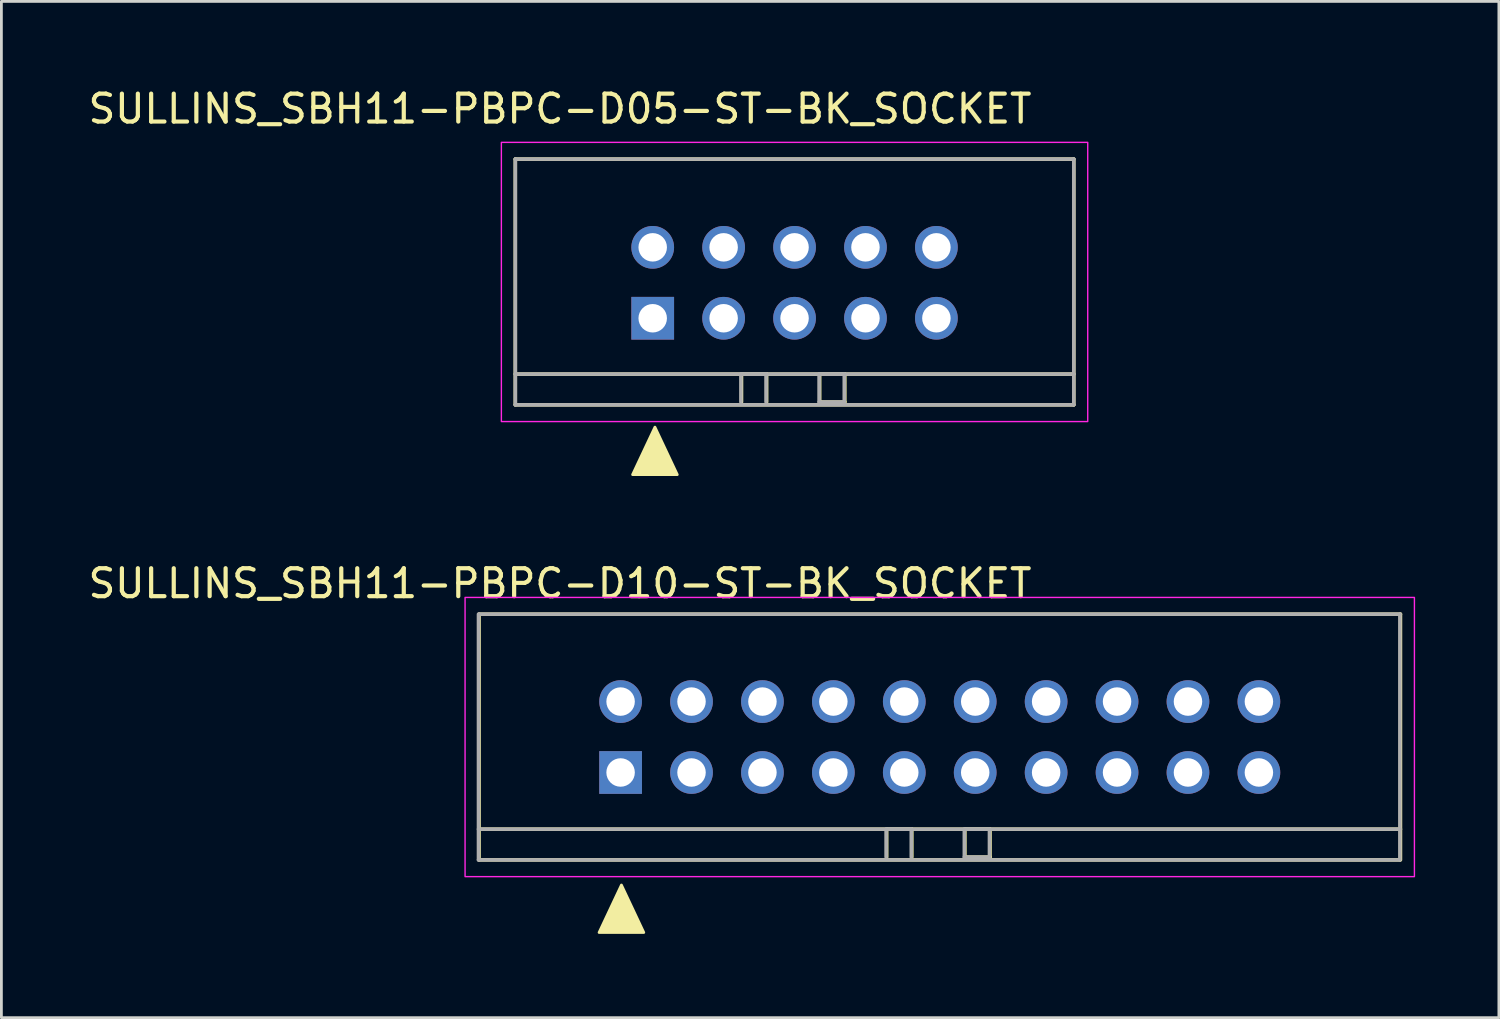
<source format=kicad_pcb>
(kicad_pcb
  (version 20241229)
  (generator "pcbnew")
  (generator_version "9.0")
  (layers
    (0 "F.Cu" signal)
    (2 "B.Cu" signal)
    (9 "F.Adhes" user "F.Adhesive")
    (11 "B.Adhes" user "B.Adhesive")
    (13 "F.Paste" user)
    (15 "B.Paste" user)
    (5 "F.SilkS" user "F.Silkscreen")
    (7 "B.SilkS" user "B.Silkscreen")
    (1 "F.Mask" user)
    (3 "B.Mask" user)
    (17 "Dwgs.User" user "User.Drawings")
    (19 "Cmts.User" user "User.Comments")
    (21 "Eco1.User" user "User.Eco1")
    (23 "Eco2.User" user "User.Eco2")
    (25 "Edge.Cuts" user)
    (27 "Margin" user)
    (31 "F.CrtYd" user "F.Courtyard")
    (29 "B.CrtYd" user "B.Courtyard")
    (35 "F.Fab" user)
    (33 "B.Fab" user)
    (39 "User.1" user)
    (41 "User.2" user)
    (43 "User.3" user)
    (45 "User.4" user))
  (footprint "SULLINS_SBH11-PBPC-D05-ST-BK_SOCKET"
    (layer "F.Cu")
    (at 25.406 7.048)
    (property "Reference" "SULLINS_SBH11-PBPC-D05-ST-BK_SOCKET" (at -8.4 -6.2 0) (layer "F.SilkS") (effects (font (size 1 1) (thickness 0.15))))
    (attr through_hole)
    (fp_line (start -10 -4.4) (end -10 4.4) (stroke (width 0.127) (type solid)) (layer "F.SilkS"))
    (fp_line (start -10 -4.4) (end 10 -4.4) (stroke (width 0.127) (type solid)) (layer "F.SilkS"))
    (fp_line (start -10 3.3) (end 10 3.3) (stroke (width 0.127) (type solid)) (layer "F.SilkS"))
    (fp_line (start -10 4.4) (end 10 4.4) (stroke (width 0.127) (type solid)) (layer "F.SilkS"))
    (fp_line (start -1.9 3.3) (end -1.9 4.3) (stroke (width 0.127) (type solid)) (layer "F.SilkS"))
    (fp_line (start -1.9 3.3) (end -1 3.3) (stroke (width 0.127) (type solid)) (layer "F.SilkS"))
    (fp_line (start -1 3.3) (end -1 4.3) (stroke (width 0.127) (type solid)) (layer "F.SilkS"))
    (fp_line (start 0.9 3.3) (end 0.9 4.3) (stroke (width 0.127) (type solid)) (layer "F.SilkS"))
    (fp_line (start 0.9 4.3) (end 1.8 4.3) (stroke (width 0.127) (type solid)) (layer "F.SilkS"))
    (fp_line (start 1.8 3.3) (end 0.9 3.3) (stroke (width 0.127) (type solid)) (layer "F.SilkS"))
    (fp_line (start 1.8 4.3) (end 1.8 3.3) (stroke (width 0.127) (type solid)) (layer "F.SilkS"))
    (fp_line (start 10 -4.4) (end 10 4.4) (stroke (width 0.127) (type solid)) (layer "F.SilkS"))
    (fp_poly (pts (xy -5.8 6.9) (xy -4.2 6.9) (xy -5 5.2)) (stroke (width 0.1) (type solid)) (fill yes) (layer "F.SilkS"))
    (fp_rect (start -10.5 -5) (end 10.5 5) (stroke (width 0.05) (type default)) (fill no) (layer "F.CrtYd"))
    (fp_line (start -10 -4.4) (end -10 4.4) (stroke (width 0.127) (type solid)) (layer "F.Fab"))
    (fp_line (start -10 -4.4) (end 10 -4.4) (stroke (width 0.127) (type solid)) (layer "F.Fab"))
    (fp_line (start -10 3.3) (end 10 3.3) (stroke (width 0.127) (type solid)) (layer "F.Fab"))
    (fp_line (start -10 4.4) (end 10 4.4) (stroke (width 0.127) (type solid)) (layer "F.Fab"))
    (fp_line (start -1.92 3.3) (end -1.92 4.3) (stroke (width 0.127) (type solid)) (layer "F.Fab"))
    (fp_line (start -1.92 3.3) (end -1.02 3.3) (stroke (width 0.127) (type solid)) (layer "F.Fab"))
    (fp_line (start -1.02 3.3) (end -1.02 4.3) (stroke (width 0.127) (type solid)) (layer "F.Fab"))
    (fp_line (start 0.88 3.3) (end 0.88 4.3) (stroke (width 0.127) (type solid)) (layer "F.Fab"))
    (fp_line (start 0.88 4.3) (end 1.78 4.3) (stroke (width 0.127) (type solid)) (layer "F.Fab"))
    (fp_line (start 1.78 3.3) (end 0.88 3.3) (stroke (width 0.127) (type solid)) (layer "F.Fab"))
    (fp_line (start 1.78 4.3) (end 1.78 3.3) (stroke (width 0.127) (type solid)) (layer "F.Fab"))
    (fp_line (start 10 -4.4) (end 10 4.4) (stroke (width 0.127) (type solid)) (layer "F.Fab"))
    (pad "1" thru_hole rect (at -5.08 1.3) (size 1.53 1.53) (drill 1.02) (layers "*.Cu" "*.Mask"))
    (pad "2" thru_hole circle (at -5.08 -1.24) (size 1.53 1.53) (drill 1.02) (layers "*.Cu" "*.Mask"))
    (pad "3" thru_hole circle (at -2.54 1.3) (size 1.53 1.53) (drill 1.02) (layers "*.Cu" "*.Mask"))
    (pad "4" thru_hole circle (at -2.54 -1.24) (size 1.53 1.53) (drill 1.02) (layers "*.Cu" "*.Mask"))
    (pad "5" thru_hole circle (at 0 1.3) (size 1.53 1.53) (drill 1.02) (layers "*.Cu" "*.Mask"))
    (pad "6" thru_hole circle (at 0 -1.24) (size 1.53 1.53) (drill 1.02) (layers "*.Cu" "*.Mask"))
    (pad "7" thru_hole circle (at 2.54 1.3) (size 1.53 1.53) (drill 1.02) (layers "*.Cu" "*.Mask"))
    (pad "8" thru_hole circle (at 2.54 -1.24) (size 1.53 1.53) (drill 1.02) (layers "*.Cu" "*.Mask"))
    (pad "9" thru_hole circle (at 5.08 1.3) (size 1.53 1.53) (drill 1.02) (layers "*.Cu" "*.Mask"))
    (pad "10" thru_hole circle (at 5.08 -1.24) (size 1.53 1.53) (drill 1.02) (layers "*.Cu" "*.Mask")))
  (footprint "SULLINS_SBH11-PBPC-D10-ST-BK_SOCKET"
    (layer "F.Cu")
    (at 30.606 23.346)
    (property "Reference" "SULLINS_SBH11-PBPC-D10-ST-BK_SOCKET" (at -13.6 -5.5 0) (layer "F.SilkS") (effects (font (size 1 1) (thickness 0.15))))
    (attr through_hole)
    (fp_line (start -16.5 -4.4) (end -16.5 4.4) (stroke (width 0.127) (type solid)) (layer "F.SilkS"))
    (fp_line (start -16.5 3.3) (end 16.5 3.3) (stroke (width 0.127) (type solid)) (layer "F.SilkS"))
    (fp_line (start -16.5 4.4) (end 16.48 4.4) (stroke (width 0.127) (type solid)) (layer "F.SilkS"))
    (fp_line (start -16.48 -4.4) (end 16.5 -4.4) (stroke (width 0.127) (type solid)) (layer "F.SilkS"))
    (fp_line (start -1.9 3.3) (end -1.9 4.3) (stroke (width 0.127) (type solid)) (layer "F.SilkS"))
    (fp_line (start -1.9 3.3) (end -1 3.3) (stroke (width 0.127) (type solid)) (layer "F.SilkS"))
    (fp_line (start -1 3.3) (end -1 4.3) (stroke (width 0.127) (type solid)) (layer "F.SilkS"))
    (fp_line (start 0.9 3.3) (end 0.9 4.3) (stroke (width 0.127) (type solid)) (layer "F.SilkS"))
    (fp_line (start 0.9 4.3) (end 1.8 4.3) (stroke (width 0.127) (type solid)) (layer "F.SilkS"))
    (fp_line (start 1.8 3.3) (end 0.9 3.3) (stroke (width 0.127) (type solid)) (layer "F.SilkS"))
    (fp_line (start 1.8 4.3) (end 1.8 3.3) (stroke (width 0.127) (type solid)) (layer "F.SilkS"))
    (fp_line (start 16.5 -4.4) (end 16.5 4.4) (stroke (width 0.127) (type solid)) (layer "F.SilkS"))
    (fp_poly (pts (xy -12.2 7) (xy -10.6 7) (xy -11.4 5.3)) (stroke (width 0.1) (type solid)) (fill yes) (layer "F.SilkS"))
    (fp_rect (start -17 -5) (end 17 5) (stroke (width 0.05) (type default)) (fill no) (layer "F.CrtYd"))
    (fp_line (start -16.52 -4.4) (end -16.52 4.4) (stroke (width 0.127) (type solid)) (layer "F.Fab"))
    (fp_line (start -16.52 3.3) (end 16.48 3.3) (stroke (width 0.127) (type solid)) (layer "F.Fab"))
    (fp_line (start -16.52 4.4) (end 16.46 4.4) (stroke (width 0.127) (type solid)) (layer "F.Fab"))
    (fp_line (start -16.5 -4.4) (end 16.48 -4.4) (stroke (width 0.127) (type solid)) (layer "F.Fab"))
    (fp_line (start -1.92 3.3) (end -1.92 4.3) (stroke (width 0.127) (type solid)) (layer "F.Fab"))
    (fp_line (start -1.92 3.3) (end -1.02 3.3) (stroke (width 0.127) (type solid)) (layer "F.Fab"))
    (fp_line (start -1.02 3.3) (end -1.02 4.3) (stroke (width 0.127) (type solid)) (layer "F.Fab"))
    (fp_line (start 0.88 3.3) (end 0.88 4.3) (stroke (width 0.127) (type solid)) (layer "F.Fab"))
    (fp_line (start 0.88 4.3) (end 1.78 4.3) (stroke (width 0.127) (type solid)) (layer "F.Fab"))
    (fp_line (start 1.78 3.3) (end 0.88 3.3) (stroke (width 0.127) (type solid)) (layer "F.Fab"))
    (fp_line (start 1.78 4.3) (end 1.78 3.3) (stroke (width 0.127) (type solid)) (layer "F.Fab"))
    (fp_line (start 16.48 -4.4) (end 16.48 4.4) (stroke (width 0.127) (type solid)) (layer "F.Fab"))
    (pad "1" thru_hole rect (at -11.43 1.27) (size 1.53 1.53) (drill 1.02) (layers "*.Cu" "*.Mask"))
    (pad "2" thru_hole circle (at -11.43 -1.27) (size 1.53 1.53) (drill 1.02) (layers "*.Cu" "*.Mask"))
    (pad "3" thru_hole circle (at -8.89 1.27) (size 1.53 1.53) (drill 1.02) (layers "*.Cu" "*.Mask"))
    (pad "4" thru_hole circle (at -8.89 -1.27) (size 1.53 1.53) (drill 1.02) (layers "*.Cu" "*.Mask"))
    (pad "5" thru_hole circle (at -6.35 1.27) (size 1.53 1.53) (drill 1.02) (layers "*.Cu" "*.Mask"))
    (pad "6" thru_hole circle (at -6.35 -1.27) (size 1.53 1.53) (drill 1.02) (layers "*.Cu" "*.Mask"))
    (pad "7" thru_hole circle (at -3.81 1.27) (size 1.53 1.53) (drill 1.02) (layers "*.Cu" "*.Mask"))
    (pad "8" thru_hole circle (at -3.81 -1.27) (size 1.53 1.53) (drill 1.02) (layers "*.Cu" "*.Mask"))
    (pad "9" thru_hole circle (at -1.27 1.27) (size 1.53 1.53) (drill 1.02) (layers "*.Cu" "*.Mask"))
    (pad "10" thru_hole circle (at -1.27 -1.27) (size 1.53 1.53) (drill 1.02) (layers "*.Cu" "*.Mask"))
    (pad "11" thru_hole circle (at 1.27 1.27) (size 1.53 1.53) (drill 1.02) (layers "*.Cu" "*.Mask"))
    (pad "12" thru_hole circle (at 1.27 -1.27) (size 1.53 1.53) (drill 1.02) (layers "*.Cu" "*.Mask"))
    (pad "13" thru_hole circle (at 3.81 1.27) (size 1.53 1.53) (drill 1.02) (layers "*.Cu" "*.Mask"))
    (pad "14" thru_hole circle (at 3.81 -1.27) (size 1.53 1.53) (drill 1.02) (layers "*.Cu" "*.Mask"))
    (pad "15" thru_hole circle (at 6.35 1.27) (size 1.53 1.53) (drill 1.02) (layers "*.Cu" "*.Mask"))
    (pad "16" thru_hole circle (at 6.35 -1.27) (size 1.53 1.53) (drill 1.02) (layers "*.Cu" "*.Mask"))
    (pad "17" thru_hole circle (at 8.89 1.27) (size 1.53 1.53) (drill 1.02) (layers "*.Cu" "*.Mask"))
    (pad "18" thru_hole circle (at 8.89 -1.27) (size 1.53 1.53) (drill 1.02) (layers "*.Cu" "*.Mask"))
    (pad "19" thru_hole circle (at 11.43 1.27) (size 1.53 1.53) (drill 1.02) (layers "*.Cu" "*.Mask"))
    (pad "20" thru_hole circle (at 11.43 -1.27) (size 1.53 1.53) (drill 1.02) (layers "*.Cu" "*.Mask")))
  (gr_rect
    (start -3 -3)
    (end 50.631 33.397)
    (stroke (width 0.1) (type default))
    (fill no)
    (layer "Edge.Cuts")))
</source>
